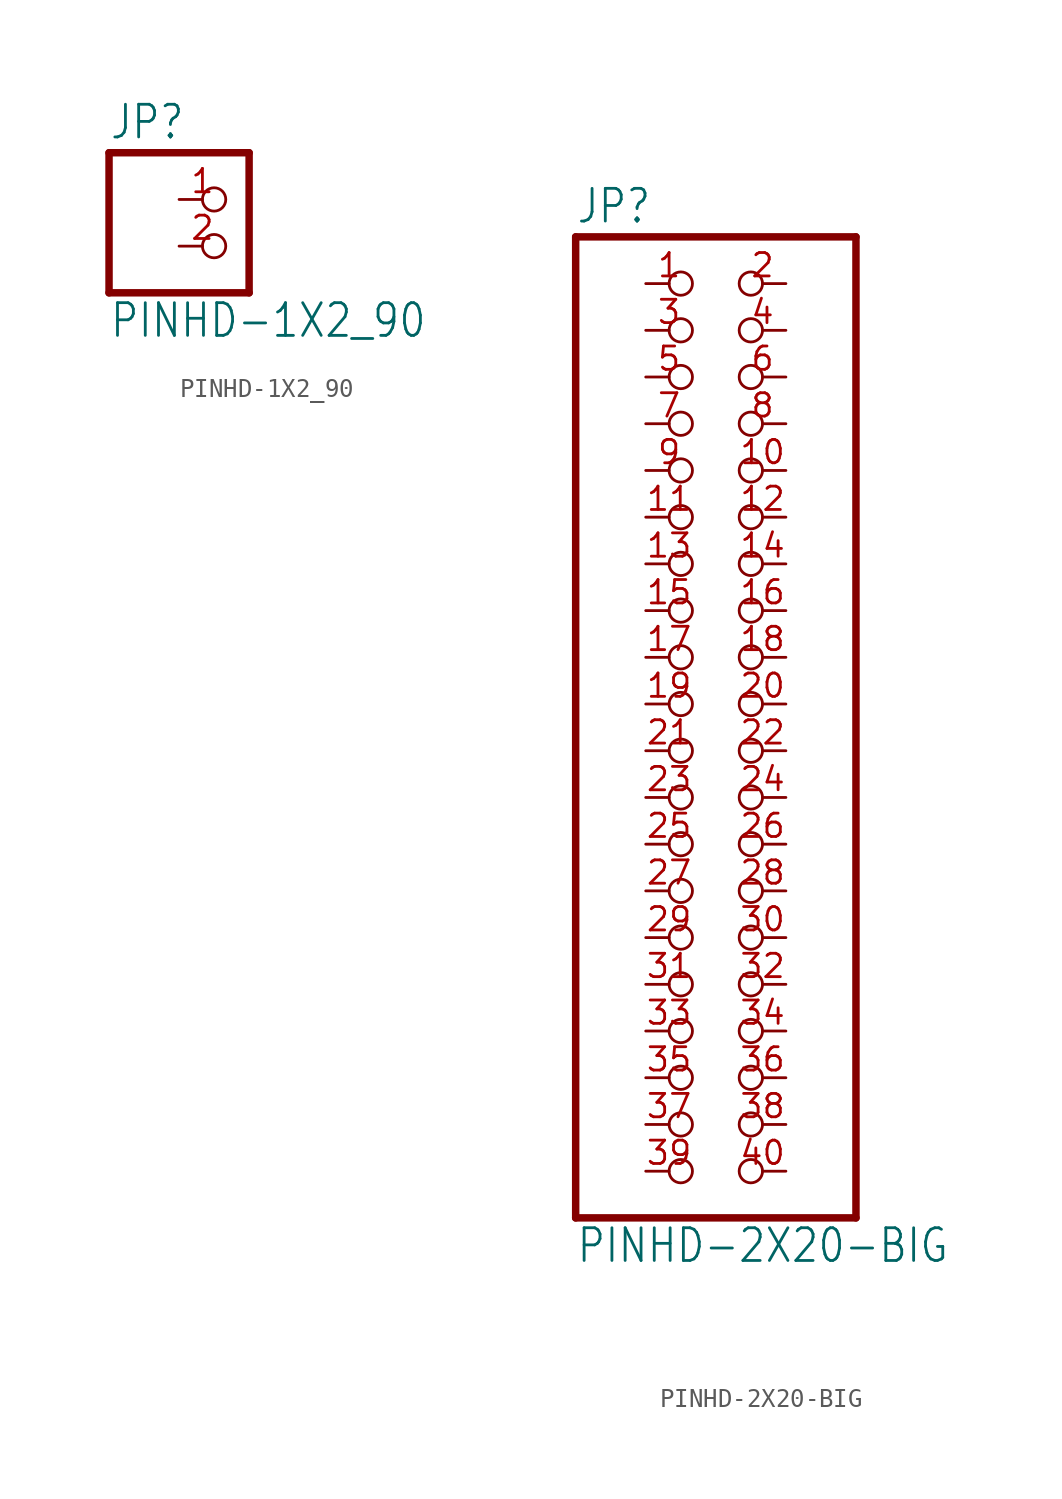
<source format=kicad_sym>
(kicad_symbol_lib
  (version 20201005)
  (generator kicad_symbol_editor)
  (symbol "PINHD-1X2_90"
    (property "Reference" "JP"
      (at -6.35 5.715 0)
      (effects (font (size 1.778 1.511)) (justify left bottom)))
    (property "Value" "PINHD-1X2_90"
      (at -6.35 -5.08 0)
      (effects (font (size 1.778 1.511)) (justify left bottom)))
    (property "ki_locked" ""
      (at 0 0 0)
      (effects (font (size 1.27 1.27))))
    (symbol "PINHD-1X2_90_1_0"
      (polyline (pts (xy -6.35 -2.54) (xy 1.27 -2.54)) (stroke (width 0.406)) (fill (type none)))
      (polyline (pts (xy -6.35 5.08) (xy -6.35 -2.54)) (stroke (width 0.406)) (fill (type none)))
      (polyline (pts (xy 1.27 -2.54) (xy 1.27 5.08)) (stroke (width 0.406)) (fill (type none)))
      (polyline (pts (xy 1.27 5.08) (xy -6.35 5.08)) (stroke (width 0.406)) (fill (type none)))
      (pin passive inverted (at -2.54 2.54 0) (length 2.54) (name "1" (effects (font (size 0 0)))) (number "1" (effects (font (size 1.27 1.27)))))
      (pin passive inverted (at -2.54 0 0) (length 2.54) (name "2" (effects (font (size 0 0)))) (number "2" (effects (font (size 1.27 1.27)))))))
  (symbol "PINHD-2X20-BIG"
    (property "Reference" "JP"
      (at -6.35 26.035 0)
      (effects (font (size 1.778 1.511)) (justify left bottom)))
    (property "Value" "PINHD-2X20-BIG"
      (at -6.35 -30.48 0)
      (effects (font (size 1.778 1.511)) (justify left bottom)))
    (property "ki_locked" ""
      (at 0 0 0)
      (effects (font (size 1.27 1.27))))
    (symbol "PINHD-2X20-BIG_1_0"
      (polyline (pts (xy -6.35 -27.94) (xy 8.89 -27.94)) (stroke (width 0.406)) (fill (type none)))
      (polyline (pts (xy -6.35 25.4) (xy -6.35 -27.94)) (stroke (width 0.406)) (fill (type none)))
      (polyline (pts (xy 8.89 -27.94) (xy 8.89 25.4)) (stroke (width 0.406)) (fill (type none)))
      (polyline (pts (xy 8.89 25.4) (xy -6.35 25.4)) (stroke (width 0.406)) (fill (type none)))
      (pin passive inverted (at -2.54 22.86 0) (length 2.54) (name "1" (effects (font (size 0 0)))) (number "1" (effects (font (size 1.27 1.27)))))
      (pin passive inverted (at 5.08 12.7 180) (length 2.54) (name "10" (effects (font (size 0 0)))) (number "10" (effects (font (size 1.27 1.27)))))
      (pin passive inverted (at -2.54 10.16 0) (length 2.54) (name "11" (effects (font (size 0 0)))) (number "11" (effects (font (size 1.27 1.27)))))
      (pin passive inverted (at 5.08 10.16 180) (length 2.54) (name "12" (effects (font (size 0 0)))) (number "12" (effects (font (size 1.27 1.27)))))
      (pin passive inverted (at -2.54 7.62 0) (length 2.54) (name "13" (effects (font (size 0 0)))) (number "13" (effects (font (size 1.27 1.27)))))
      (pin passive inverted (at 5.08 7.62 180) (length 2.54) (name "14" (effects (font (size 0 0)))) (number "14" (effects (font (size 1.27 1.27)))))
      (pin passive inverted (at -2.54 5.08 0) (length 2.54) (name "15" (effects (font (size 0 0)))) (number "15" (effects (font (size 1.27 1.27)))))
      (pin passive inverted (at 5.08 5.08 180) (length 2.54) (name "16" (effects (font (size 0 0)))) (number "16" (effects (font (size 1.27 1.27)))))
      (pin passive inverted (at -2.54 2.54 0) (length 2.54) (name "17" (effects (font (size 0 0)))) (number "17" (effects (font (size 1.27 1.27)))))
      (pin passive inverted (at 5.08 2.54 180) (length 2.54) (name "18" (effects (font (size 0 0)))) (number "18" (effects (font (size 1.27 1.27)))))
      (pin passive inverted (at -2.54 0 0) (length 2.54) (name "19" (effects (font (size 0 0)))) (number "19" (effects (font (size 1.27 1.27)))))
      (pin passive inverted (at 5.08 22.86 180) (length 2.54) (name "2" (effects (font (size 0 0)))) (number "2" (effects (font (size 1.27 1.27)))))
      (pin passive inverted (at 5.08 0 180) (length 2.54) (name "20" (effects (font (size 0 0)))) (number "20" (effects (font (size 1.27 1.27)))))
      (pin passive inverted (at -2.54 -2.54 0) (length 2.54) (name "21" (effects (font (size 0 0)))) (number "21" (effects (font (size 1.27 1.27)))))
      (pin passive inverted (at 5.08 -2.54 180) (length 2.54) (name "22" (effects (font (size 0 0)))) (number "22" (effects (font (size 1.27 1.27)))))
      (pin passive inverted (at -2.54 -5.08 0) (length 2.54) (name "23" (effects (font (size 0 0)))) (number "23" (effects (font (size 1.27 1.27)))))
      (pin passive inverted (at 5.08 -5.08 180) (length 2.54) (name "24" (effects (font (size 0 0)))) (number "24" (effects (font (size 1.27 1.27)))))
      (pin passive inverted (at -2.54 -7.62 0) (length 2.54) (name "25" (effects (font (size 0 0)))) (number "25" (effects (font (size 1.27 1.27)))))
      (pin passive inverted (at 5.08 -7.62 180) (length 2.54) (name "26" (effects (font (size 0 0)))) (number "26" (effects (font (size 1.27 1.27)))))
      (pin passive inverted (at -2.54 -10.16 0) (length 2.54) (name "27" (effects (font (size 0 0)))) (number "27" (effects (font (size 1.27 1.27)))))
      (pin passive inverted (at 5.08 -10.16 180) (length 2.54) (name "28" (effects (font (size 0 0)))) (number "28" (effects (font (size 1.27 1.27)))))
      (pin passive inverted (at -2.54 -12.7 0) (length 2.54) (name "29" (effects (font (size 0 0)))) (number "29" (effects (font (size 1.27 1.27)))))
      (pin passive inverted (at -2.54 20.32 0) (length 2.54) (name "3" (effects (font (size 0 0)))) (number "3" (effects (font (size 1.27 1.27)))))
      (pin passive inverted (at 5.08 -12.7 180) (length 2.54) (name "30" (effects (font (size 0 0)))) (number "30" (effects (font (size 1.27 1.27)))))
      (pin passive inverted (at -2.54 -15.24 0) (length 2.54) (name "31" (effects (font (size 0 0)))) (number "31" (effects (font (size 1.27 1.27)))))
      (pin passive inverted (at 5.08 -15.24 180) (length 2.54) (name "32" (effects (font (size 0 0)))) (number "32" (effects (font (size 1.27 1.27)))))
      (pin passive inverted (at -2.54 -17.78 0) (length 2.54) (name "33" (effects (font (size 0 0)))) (number "33" (effects (font (size 1.27 1.27)))))
      (pin passive inverted (at 5.08 -17.78 180) (length 2.54) (name "34" (effects (font (size 0 0)))) (number "34" (effects (font (size 1.27 1.27)))))
      (pin passive inverted (at -2.54 -20.32 0) (length 2.54) (name "35" (effects (font (size 0 0)))) (number "35" (effects (font (size 1.27 1.27)))))
      (pin passive inverted (at 5.08 -20.32 180) (length 2.54) (name "36" (effects (font (size 0 0)))) (number "36" (effects (font (size 1.27 1.27)))))
      (pin passive inverted (at -2.54 -22.86 0) (length 2.54) (name "37" (effects (font (size 0 0)))) (number "37" (effects (font (size 1.27 1.27)))))
      (pin passive inverted (at 5.08 -22.86 180) (length 2.54) (name "38" (effects (font (size 0 0)))) (number "38" (effects (font (size 1.27 1.27)))))
      (pin passive inverted (at -2.54 -25.4 0) (length 2.54) (name "39" (effects (font (size 0 0)))) (number "39" (effects (font (size 1.27 1.27)))))
      (pin passive inverted (at 5.08 20.32 180) (length 2.54) (name "4" (effects (font (size 0 0)))) (number "4" (effects (font (size 1.27 1.27)))))
      (pin passive inverted (at 5.08 -25.4 180) (length 2.54) (name "40" (effects (font (size 0 0)))) (number "40" (effects (font (size 1.27 1.27)))))
      (pin passive inverted (at -2.54 17.78 0) (length 2.54) (name "5" (effects (font (size 0 0)))) (number "5" (effects (font (size 1.27 1.27)))))
      (pin passive inverted (at 5.08 17.78 180) (length 2.54) (name "6" (effects (font (size 0 0)))) (number "6" (effects (font (size 1.27 1.27)))))
      (pin passive inverted (at -2.54 15.24 0) (length 2.54) (name "7" (effects (font (size 0 0)))) (number "7" (effects (font (size 1.27 1.27)))))
      (pin passive inverted (at 5.08 15.24 180) (length 2.54) (name "8" (effects (font (size 0 0)))) (number "8" (effects (font (size 1.27 1.27)))))
      (pin passive inverted (at -2.54 12.7 0) (length 2.54) (name "9" (effects (font (size 0 0)))) (number "9" (effects (font (size 1.27 1.27))))))))
</source>
